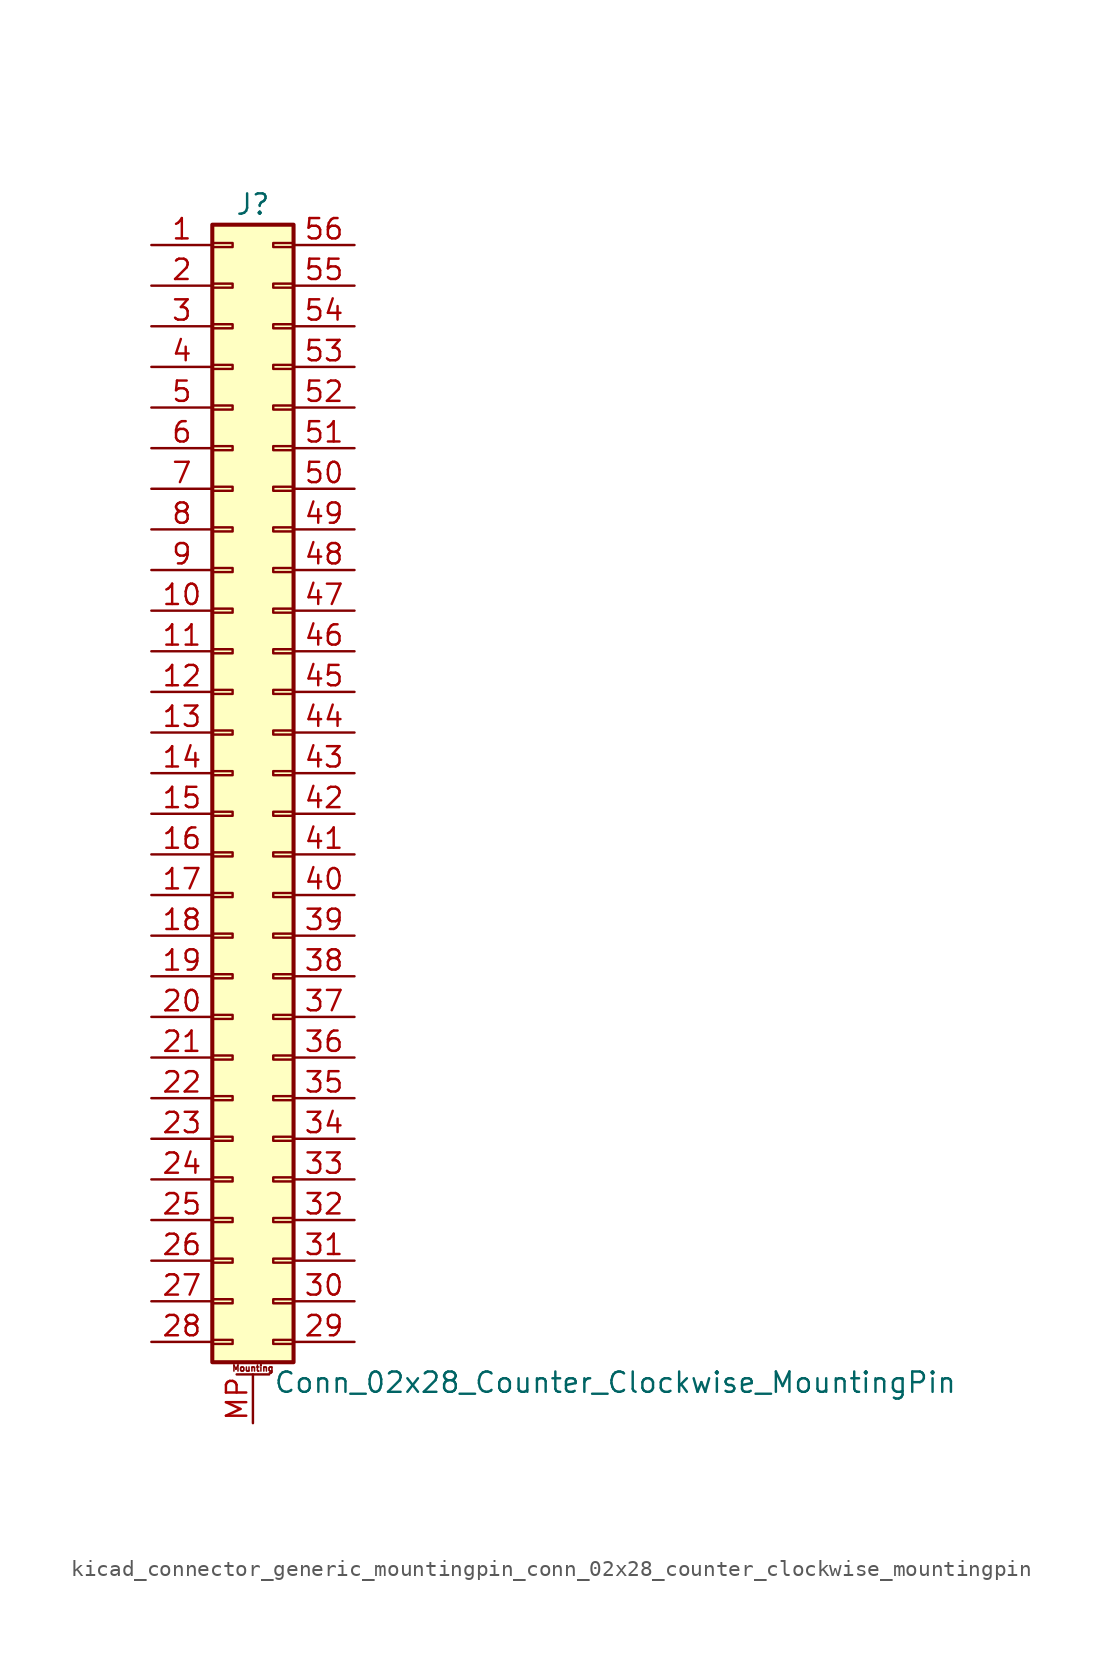
<source format=kicad_sym>
(kicad_symbol_lib
  (version 20220914)
  (generator kicad_symbol_editor)
  (symbol "kicad_connector_generic_mountingpin_conn_02x28_counter_clockwise_mountingpin"
    (pin_names
      (offset 1.016) hide)
    (property "Reference" "J"
      (at 1.27 35.56 0)
      (effects (font (size 1.27 1.27))))
    (property "Value" "Conn_02x28_Counter_Clockwise_MountingPin"
      (at 2.54 -38.1 0)
      (effects (font (size 1.27 1.27)) (justify left)))
    (symbol "kicad_connector_generic_mountingpin_conn_02x28_counter_clockwise_mountingpin_1_1"
      (rectangle (start -1.27 -35.433) (end 0 -35.687) (stroke (width 0.152) (type default)) (fill (type none)))
      (rectangle (start -1.27 -32.893) (end 0 -33.147) (stroke (width 0.152) (type default)) (fill (type none)))
      (rectangle (start -1.27 -30.353) (end 0 -30.607) (stroke (width 0.152) (type default)) (fill (type none)))
      (rectangle (start -1.27 -27.813) (end 0 -28.067) (stroke (width 0.152) (type default)) (fill (type none)))
      (rectangle (start -1.27 -25.273) (end 0 -25.527) (stroke (width 0.152) (type default)) (fill (type none)))
      (rectangle (start -1.27 -22.733) (end 0 -22.987) (stroke (width 0.152) (type default)) (fill (type none)))
      (rectangle (start -1.27 -20.193) (end 0 -20.447) (stroke (width 0.152) (type default)) (fill (type none)))
      (rectangle (start -1.27 -17.653) (end 0 -17.907) (stroke (width 0.152) (type default)) (fill (type none)))
      (rectangle (start -1.27 -15.113) (end 0 -15.367) (stroke (width 0.152) (type default)) (fill (type none)))
      (rectangle (start -1.27 -12.573) (end 0 -12.827) (stroke (width 0.152) (type default)) (fill (type none)))
      (rectangle (start -1.27 -10.033) (end 0 -10.287) (stroke (width 0.152) (type default)) (fill (type none)))
      (rectangle (start -1.27 -7.493) (end 0 -7.747) (stroke (width 0.152) (type default)) (fill (type none)))
      (rectangle (start -1.27 -4.953) (end 0 -5.207) (stroke (width 0.152) (type default)) (fill (type none)))
      (rectangle (start -1.27 -2.413) (end 0 -2.667) (stroke (width 0.152) (type default)) (fill (type none)))
      (rectangle (start -1.27 0.127) (end 0 -0.127) (stroke (width 0.152) (type default)) (fill (type none)))
      (rectangle (start -1.27 2.667) (end 0 2.413) (stroke (width 0.152) (type default)) (fill (type none)))
      (rectangle (start -1.27 5.207) (end 0 4.953) (stroke (width 0.152) (type default)) (fill (type none)))
      (rectangle (start -1.27 7.747) (end 0 7.493) (stroke (width 0.152) (type default)) (fill (type none)))
      (rectangle (start -1.27 10.287) (end 0 10.033) (stroke (width 0.152) (type default)) (fill (type none)))
      (rectangle (start -1.27 12.827) (end 0 12.573) (stroke (width 0.152) (type default)) (fill (type none)))
      (rectangle (start -1.27 15.367) (end 0 15.113) (stroke (width 0.152) (type default)) (fill (type none)))
      (rectangle (start -1.27 17.907) (end 0 17.653) (stroke (width 0.152) (type default)) (fill (type none)))
      (rectangle (start -1.27 20.447) (end 0 20.193) (stroke (width 0.152) (type default)) (fill (type none)))
      (rectangle (start -1.27 22.987) (end 0 22.733) (stroke (width 0.152) (type default)) (fill (type none)))
      (rectangle (start -1.27 25.527) (end 0 25.273) (stroke (width 0.152) (type default)) (fill (type none)))
      (rectangle (start -1.27 28.067) (end 0 27.813) (stroke (width 0.152) (type default)) (fill (type none)))
      (rectangle (start -1.27 30.607) (end 0 30.353) (stroke (width 0.152) (type default)) (fill (type none)))
      (rectangle (start -1.27 33.147) (end 0 32.893) (stroke (width 0.152) (type default)) (fill (type none)))
      (rectangle (start -1.27 34.29) (end 3.81 -36.83) (stroke (width 0.254) (type default)) (fill (type background)))
      (polyline (pts (xy 0.254 -37.592) (xy 2.286 -37.592)) (stroke (width 0.152) (type default)) (fill (type none)))
      (rectangle (start 3.81 -35.433) (end 2.54 -35.687) (stroke (width 0.152) (type default)) (fill (type none)))
      (rectangle (start 3.81 -32.893) (end 2.54 -33.147) (stroke (width 0.152) (type default)) (fill (type none)))
      (rectangle (start 3.81 -30.353) (end 2.54 -30.607) (stroke (width 0.152) (type default)) (fill (type none)))
      (rectangle (start 3.81 -27.813) (end 2.54 -28.067) (stroke (width 0.152) (type default)) (fill (type none)))
      (rectangle (start 3.81 -25.273) (end 2.54 -25.527) (stroke (width 0.152) (type default)) (fill (type none)))
      (rectangle (start 3.81 -22.733) (end 2.54 -22.987) (stroke (width 0.152) (type default)) (fill (type none)))
      (rectangle (start 3.81 -20.193) (end 2.54 -20.447) (stroke (width 0.152) (type default)) (fill (type none)))
      (rectangle (start 3.81 -17.653) (end 2.54 -17.907) (stroke (width 0.152) (type default)) (fill (type none)))
      (rectangle (start 3.81 -15.113) (end 2.54 -15.367) (stroke (width 0.152) (type default)) (fill (type none)))
      (rectangle (start 3.81 -12.573) (end 2.54 -12.827) (stroke (width 0.152) (type default)) (fill (type none)))
      (rectangle (start 3.81 -10.033) (end 2.54 -10.287) (stroke (width 0.152) (type default)) (fill (type none)))
      (rectangle (start 3.81 -7.493) (end 2.54 -7.747) (stroke (width 0.152) (type default)) (fill (type none)))
      (rectangle (start 3.81 -4.953) (end 2.54 -5.207) (stroke (width 0.152) (type default)) (fill (type none)))
      (rectangle (start 3.81 -2.413) (end 2.54 -2.667) (stroke (width 0.152) (type default)) (fill (type none)))
      (rectangle (start 3.81 0.127) (end 2.54 -0.127) (stroke (width 0.152) (type default)) (fill (type none)))
      (rectangle (start 3.81 2.667) (end 2.54 2.413) (stroke (width 0.152) (type default)) (fill (type none)))
      (rectangle (start 3.81 5.207) (end 2.54 4.953) (stroke (width 0.152) (type default)) (fill (type none)))
      (rectangle (start 3.81 7.747) (end 2.54 7.493) (stroke (width 0.152) (type default)) (fill (type none)))
      (rectangle (start 3.81 10.287) (end 2.54 10.033) (stroke (width 0.152) (type default)) (fill (type none)))
      (rectangle (start 3.81 12.827) (end 2.54 12.573) (stroke (width 0.152) (type default)) (fill (type none)))
      (rectangle (start 3.81 15.367) (end 2.54 15.113) (stroke (width 0.152) (type default)) (fill (type none)))
      (rectangle (start 3.81 17.907) (end 2.54 17.653) (stroke (width 0.152) (type default)) (fill (type none)))
      (rectangle (start 3.81 20.447) (end 2.54 20.193) (stroke (width 0.152) (type default)) (fill (type none)))
      (rectangle (start 3.81 22.987) (end 2.54 22.733) (stroke (width 0.152) (type default)) (fill (type none)))
      (rectangle (start 3.81 25.527) (end 2.54 25.273) (stroke (width 0.152) (type default)) (fill (type none)))
      (rectangle (start 3.81 28.067) (end 2.54 27.813) (stroke (width 0.152) (type default)) (fill (type none)))
      (rectangle (start 3.81 30.607) (end 2.54 30.353) (stroke (width 0.152) (type default)) (fill (type none)))
      (rectangle (start 3.81 33.147) (end 2.54 32.893) (stroke (width 0.152) (type default)) (fill (type none)))
      (text "Mounting" (at 1.27 -37.211 0) (effects (font (size 0.381 0.381))))
      (pin passive line (at -5.08 33.02 0) (length 3.81) (name "Pin_1" (effects (font (size 1.27 1.27)))) (number "1" (effects (font (size 1.27 1.27)))))
      (pin passive line (at -5.08 10.16 0) (length 3.81) (name "Pin_10" (effects (font (size 1.27 1.27)))) (number "10" (effects (font (size 1.27 1.27)))))
      (pin passive line (at -5.08 7.62 0) (length 3.81) (name "Pin_11" (effects (font (size 1.27 1.27)))) (number "11" (effects (font (size 1.27 1.27)))))
      (pin passive line (at -5.08 5.08 0) (length 3.81) (name "Pin_12" (effects (font (size 1.27 1.27)))) (number "12" (effects (font (size 1.27 1.27)))))
      (pin passive line (at -5.08 2.54 0) (length 3.81) (name "Pin_13" (effects (font (size 1.27 1.27)))) (number "13" (effects (font (size 1.27 1.27)))))
      (pin passive line (at -5.08 0 0) (length 3.81) (name "Pin_14" (effects (font (size 1.27 1.27)))) (number "14" (effects (font (size 1.27 1.27)))))
      (pin passive line (at -5.08 -2.54 0) (length 3.81) (name "Pin_15" (effects (font (size 1.27 1.27)))) (number "15" (effects (font (size 1.27 1.27)))))
      (pin passive line (at -5.08 -5.08 0) (length 3.81) (name "Pin_16" (effects (font (size 1.27 1.27)))) (number "16" (effects (font (size 1.27 1.27)))))
      (pin passive line (at -5.08 -7.62 0) (length 3.81) (name "Pin_17" (effects (font (size 1.27 1.27)))) (number "17" (effects (font (size 1.27 1.27)))))
      (pin passive line (at -5.08 -10.16 0) (length 3.81) (name "Pin_18" (effects (font (size 1.27 1.27)))) (number "18" (effects (font (size 1.27 1.27)))))
      (pin passive line (at -5.08 -12.7 0) (length 3.81) (name "Pin_19" (effects (font (size 1.27 1.27)))) (number "19" (effects (font (size 1.27 1.27)))))
      (pin passive line (at -5.08 30.48 0) (length 3.81) (name "Pin_2" (effects (font (size 1.27 1.27)))) (number "2" (effects (font (size 1.27 1.27)))))
      (pin passive line (at -5.08 -15.24 0) (length 3.81) (name "Pin_20" (effects (font (size 1.27 1.27)))) (number "20" (effects (font (size 1.27 1.27)))))
      (pin passive line (at -5.08 -17.78 0) (length 3.81) (name "Pin_21" (effects (font (size 1.27 1.27)))) (number "21" (effects (font (size 1.27 1.27)))))
      (pin passive line (at -5.08 -20.32 0) (length 3.81) (name "Pin_22" (effects (font (size 1.27 1.27)))) (number "22" (effects (font (size 1.27 1.27)))))
      (pin passive line (at -5.08 -22.86 0) (length 3.81) (name "Pin_23" (effects (font (size 1.27 1.27)))) (number "23" (effects (font (size 1.27 1.27)))))
      (pin passive line (at -5.08 -25.4 0) (length 3.81) (name "Pin_24" (effects (font (size 1.27 1.27)))) (number "24" (effects (font (size 1.27 1.27)))))
      (pin passive line (at -5.08 -27.94 0) (length 3.81) (name "Pin_25" (effects (font (size 1.27 1.27)))) (number "25" (effects (font (size 1.27 1.27)))))
      (pin passive line (at -5.08 -30.48 0) (length 3.81) (name "Pin_26" (effects (font (size 1.27 1.27)))) (number "26" (effects (font (size 1.27 1.27)))))
      (pin passive line (at -5.08 -33.02 0) (length 3.81) (name "Pin_27" (effects (font (size 1.27 1.27)))) (number "27" (effects (font (size 1.27 1.27)))))
      (pin passive line (at -5.08 -35.56 0) (length 3.81) (name "Pin_28" (effects (font (size 1.27 1.27)))) (number "28" (effects (font (size 1.27 1.27)))))
      (pin passive line (at 7.62 -35.56 180) (length 3.81) (name "Pin_29" (effects (font (size 1.27 1.27)))) (number "29" (effects (font (size 1.27 1.27)))))
      (pin passive line (at -5.08 27.94 0) (length 3.81) (name "Pin_3" (effects (font (size 1.27 1.27)))) (number "3" (effects (font (size 1.27 1.27)))))
      (pin passive line (at 7.62 -33.02 180) (length 3.81) (name "Pin_30" (effects (font (size 1.27 1.27)))) (number "30" (effects (font (size 1.27 1.27)))))
      (pin passive line (at 7.62 -30.48 180) (length 3.81) (name "Pin_31" (effects (font (size 1.27 1.27)))) (number "31" (effects (font (size 1.27 1.27)))))
      (pin passive line (at 7.62 -27.94 180) (length 3.81) (name "Pin_32" (effects (font (size 1.27 1.27)))) (number "32" (effects (font (size 1.27 1.27)))))
      (pin passive line (at 7.62 -25.4 180) (length 3.81) (name "Pin_33" (effects (font (size 1.27 1.27)))) (number "33" (effects (font (size 1.27 1.27)))))
      (pin passive line (at 7.62 -22.86 180) (length 3.81) (name "Pin_34" (effects (font (size 1.27 1.27)))) (number "34" (effects (font (size 1.27 1.27)))))
      (pin passive line (at 7.62 -20.32 180) (length 3.81) (name "Pin_35" (effects (font (size 1.27 1.27)))) (number "35" (effects (font (size 1.27 1.27)))))
      (pin passive line (at 7.62 -17.78 180) (length 3.81) (name "Pin_36" (effects (font (size 1.27 1.27)))) (number "36" (effects (font (size 1.27 1.27)))))
      (pin passive line (at 7.62 -15.24 180) (length 3.81) (name "Pin_37" (effects (font (size 1.27 1.27)))) (number "37" (effects (font (size 1.27 1.27)))))
      (pin passive line (at 7.62 -12.7 180) (length 3.81) (name "Pin_38" (effects (font (size 1.27 1.27)))) (number "38" (effects (font (size 1.27 1.27)))))
      (pin passive line (at 7.62 -10.16 180) (length 3.81) (name "Pin_39" (effects (font (size 1.27 1.27)))) (number "39" (effects (font (size 1.27 1.27)))))
      (pin passive line (at -5.08 25.4 0) (length 3.81) (name "Pin_4" (effects (font (size 1.27 1.27)))) (number "4" (effects (font (size 1.27 1.27)))))
      (pin passive line (at 7.62 -7.62 180) (length 3.81) (name "Pin_40" (effects (font (size 1.27 1.27)))) (number "40" (effects (font (size 1.27 1.27)))))
      (pin passive line (at 7.62 -5.08 180) (length 3.81) (name "Pin_41" (effects (font (size 1.27 1.27)))) (number "41" (effects (font (size 1.27 1.27)))))
      (pin passive line (at 7.62 -2.54 180) (length 3.81) (name "Pin_42" (effects (font (size 1.27 1.27)))) (number "42" (effects (font (size 1.27 1.27)))))
      (pin passive line (at 7.62 0 180) (length 3.81) (name "Pin_43" (effects (font (size 1.27 1.27)))) (number "43" (effects (font (size 1.27 1.27)))))
      (pin passive line (at 7.62 2.54 180) (length 3.81) (name "Pin_44" (effects (font (size 1.27 1.27)))) (number "44" (effects (font (size 1.27 1.27)))))
      (pin passive line (at 7.62 5.08 180) (length 3.81) (name "Pin_45" (effects (font (size 1.27 1.27)))) (number "45" (effects (font (size 1.27 1.27)))))
      (pin passive line (at 7.62 7.62 180) (length 3.81) (name "Pin_46" (effects (font (size 1.27 1.27)))) (number "46" (effects (font (size 1.27 1.27)))))
      (pin passive line (at 7.62 10.16 180) (length 3.81) (name "Pin_47" (effects (font (size 1.27 1.27)))) (number "47" (effects (font (size 1.27 1.27)))))
      (pin passive line (at 7.62 12.7 180) (length 3.81) (name "Pin_48" (effects (font (size 1.27 1.27)))) (number "48" (effects (font (size 1.27 1.27)))))
      (pin passive line (at 7.62 15.24 180) (length 3.81) (name "Pin_49" (effects (font (size 1.27 1.27)))) (number "49" (effects (font (size 1.27 1.27)))))
      (pin passive line (at -5.08 22.86 0) (length 3.81) (name "Pin_5" (effects (font (size 1.27 1.27)))) (number "5" (effects (font (size 1.27 1.27)))))
      (pin passive line (at 7.62 17.78 180) (length 3.81) (name "Pin_50" (effects (font (size 1.27 1.27)))) (number "50" (effects (font (size 1.27 1.27)))))
      (pin passive line (at 7.62 20.32 180) (length 3.81) (name "Pin_51" (effects (font (size 1.27 1.27)))) (number "51" (effects (font (size 1.27 1.27)))))
      (pin passive line (at 7.62 22.86 180) (length 3.81) (name "Pin_52" (effects (font (size 1.27 1.27)))) (number "52" (effects (font (size 1.27 1.27)))))
      (pin passive line (at 7.62 25.4 180) (length 3.81) (name "Pin_53" (effects (font (size 1.27 1.27)))) (number "53" (effects (font (size 1.27 1.27)))))
      (pin passive line (at 7.62 27.94 180) (length 3.81) (name "Pin_54" (effects (font (size 1.27 1.27)))) (number "54" (effects (font (size 1.27 1.27)))))
      (pin passive line (at 7.62 30.48 180) (length 3.81) (name "Pin_55" (effects (font (size 1.27 1.27)))) (number "55" (effects (font (size 1.27 1.27)))))
      (pin passive line (at 7.62 33.02 180) (length 3.81) (name "Pin_56" (effects (font (size 1.27 1.27)))) (number "56" (effects (font (size 1.27 1.27)))))
      (pin passive line (at -5.08 20.32 0) (length 3.81) (name "Pin_6" (effects (font (size 1.27 1.27)))) (number "6" (effects (font (size 1.27 1.27)))))
      (pin passive line (at -5.08 17.78 0) (length 3.81) (name "Pin_7" (effects (font (size 1.27 1.27)))) (number "7" (effects (font (size 1.27 1.27)))))
      (pin passive line (at -5.08 15.24 0) (length 3.81) (name "Pin_8" (effects (font (size 1.27 1.27)))) (number "8" (effects (font (size 1.27 1.27)))))
      (pin passive line (at -5.08 12.7 0) (length 3.81) (name "Pin_9" (effects (font (size 1.27 1.27)))) (number "9" (effects (font (size 1.27 1.27)))))
      (pin passive line (at 1.27 -40.64 90) (length 3.048) (name "MountPin" (effects (font (size 1.27 1.27)))) (number "MP" (effects (font (size 1.27 1.27))))))))
</source>
